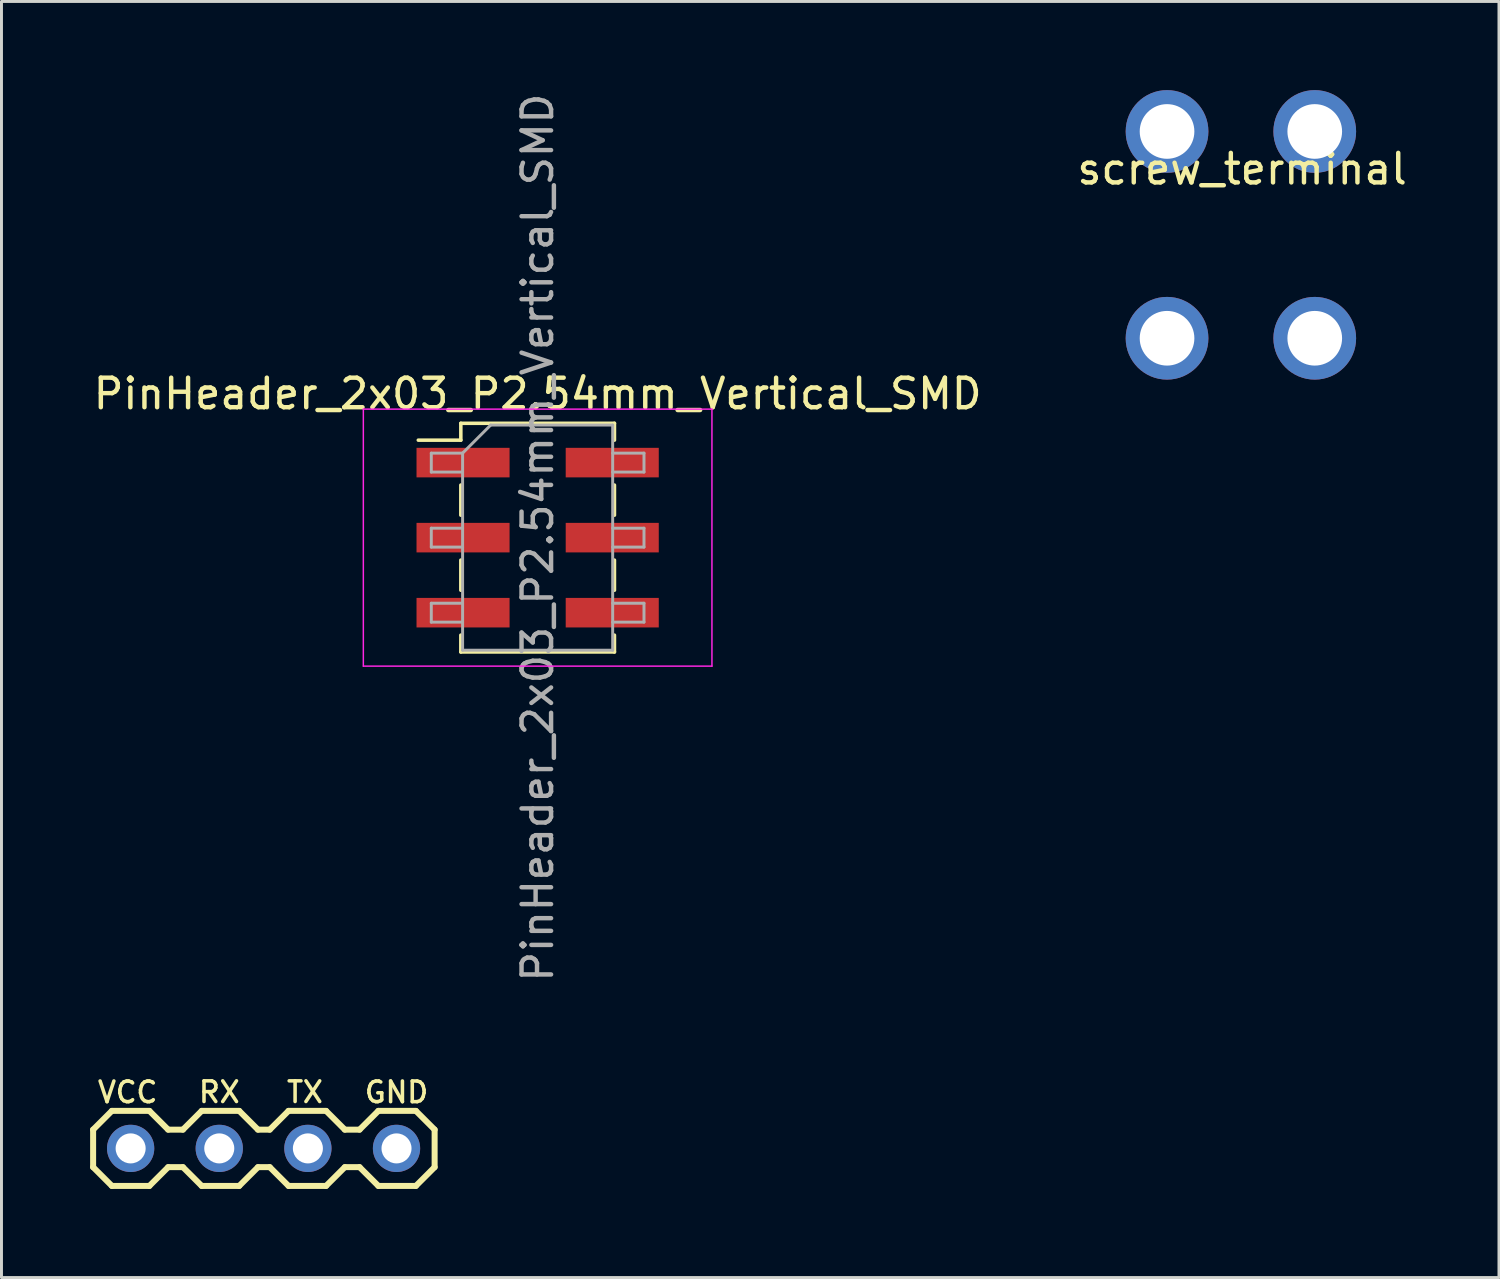
<source format=kicad_pcb>
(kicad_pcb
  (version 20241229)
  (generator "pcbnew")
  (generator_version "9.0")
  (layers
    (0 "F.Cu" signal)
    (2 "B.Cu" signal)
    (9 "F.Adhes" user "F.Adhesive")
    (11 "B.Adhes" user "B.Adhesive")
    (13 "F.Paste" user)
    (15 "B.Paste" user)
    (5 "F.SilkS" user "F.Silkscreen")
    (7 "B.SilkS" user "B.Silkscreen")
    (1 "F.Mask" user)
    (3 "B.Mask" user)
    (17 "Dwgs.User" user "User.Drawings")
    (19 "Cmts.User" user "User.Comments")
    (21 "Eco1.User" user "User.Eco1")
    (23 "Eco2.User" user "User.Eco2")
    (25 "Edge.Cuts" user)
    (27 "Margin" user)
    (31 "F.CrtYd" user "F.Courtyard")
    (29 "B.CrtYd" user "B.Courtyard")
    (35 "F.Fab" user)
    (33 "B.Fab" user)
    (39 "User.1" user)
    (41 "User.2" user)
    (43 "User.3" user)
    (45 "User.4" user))
  (footprint "uart"
    (layer "F.Cu")
    (at 1.372 35.823)
    (property "Reference" "uart" (at 0 0 0) (layer "Eco1.User") (effects (font (size 0.6 0.6) (thickness 0.1))))
    (attr through_hole)
    (fp_line (start -1.27 -0.635) (end -1.27 0.635) (stroke (width 0.203) (type solid)) (layer "F.SilkS"))
    (fp_line (start -1.27 0.635) (end -0.635 1.27) (stroke (width 0.203) (type solid)) (layer "F.SilkS"))
    (fp_line (start -0.635 -1.27) (end -1.27 -0.635) (stroke (width 0.203) (type solid)) (layer "F.SilkS"))
    (fp_line (start -0.635 -1.27) (end 0.635 -1.27) (stroke (width 0.203) (type solid)) (layer "F.SilkS"))
    (fp_line (start 0.635 -1.27) (end 1.27 -0.635) (stroke (width 0.203) (type solid)) (layer "F.SilkS"))
    (fp_line (start 0.635 1.27) (end -0.635 1.27) (stroke (width 0.203) (type solid)) (layer "F.SilkS"))
    (fp_line (start 1.27 -0.635) (end 1.77 -0.635) (stroke (width 0.203) (type solid)) (layer "F.SilkS"))
    (fp_line (start 1.27 0.635) (end 0.635 1.27) (stroke (width 0.203) (type solid)) (layer "F.SilkS"))
    (fp_line (start 1.77 -0.635) (end 2.405 -1.27) (stroke (width 0.203) (type solid)) (layer "F.SilkS"))
    (fp_line (start 1.77 0.635) (end 1.27 0.635) (stroke (width 0.203) (type solid)) (layer "F.SilkS"))
    (fp_line (start 2.405 -1.27) (end 3.675 -1.27) (stroke (width 0.203) (type solid)) (layer "F.SilkS"))
    (fp_line (start 2.405 1.27) (end 1.77 0.635) (stroke (width 0.203) (type solid)) (layer "F.SilkS"))
    (fp_line (start 3.675 -1.27) (end 4.31 -0.635) (stroke (width 0.203) (type solid)) (layer "F.SilkS"))
    (fp_line (start 3.675 1.27) (end 2.405 1.27) (stroke (width 0.203) (type solid)) (layer "F.SilkS"))
    (fp_line (start 4.31 0.635) (end 3.675 1.27) (stroke (width 0.203) (type solid)) (layer "F.SilkS"))
    (fp_line (start 4.71 -0.635) (end 4.31 -0.635) (stroke (width 0.203) (type solid)) (layer "F.SilkS"))
    (fp_line (start 4.71 -0.635) (end 5.345 -1.27) (stroke (width 0.203) (type solid)) (layer "F.SilkS"))
    (fp_line (start 4.71 0.635) (end 4.31 0.635) (stroke (width 0.203) (type solid)) (layer "F.SilkS"))
    (fp_line (start 5.345 -1.27) (end 6.615 -1.27) (stroke (width 0.203) (type solid)) (layer "F.SilkS"))
    (fp_line (start 5.345 1.27) (end 4.71 0.635) (stroke (width 0.203) (type solid)) (layer "F.SilkS"))
    (fp_line (start 6.615 -1.27) (end 7.25 -0.635) (stroke (width 0.203) (type solid)) (layer "F.SilkS"))
    (fp_line (start 6.615 1.27) (end 5.345 1.27) (stroke (width 0.203) (type solid)) (layer "F.SilkS"))
    (fp_line (start 7.25 0.635) (end 6.615 1.27) (stroke (width 0.203) (type solid)) (layer "F.SilkS"))
    (fp_line (start 7.25 0.635) (end 7.75 0.635) (stroke (width 0.203) (type solid)) (layer "F.SilkS"))
    (fp_line (start 7.75 -0.635) (end 7.25 -0.635) (stroke (width 0.203) (type solid)) (layer "F.SilkS"))
    (fp_line (start 7.75 0.635) (end 8.385 1.27) (stroke (width 0.203) (type solid)) (layer "F.SilkS"))
    (fp_line (start 8.385 -1.27) (end 7.75 -0.635) (stroke (width 0.203) (type solid)) (layer "F.SilkS"))
    (fp_line (start 8.385 -1.27) (end 9.655 -1.27) (stroke (width 0.203) (type solid)) (layer "F.SilkS"))
    (fp_line (start 9.655 -1.27) (end 10.29 -0.635) (stroke (width 0.203) (type solid)) (layer "F.SilkS"))
    (fp_line (start 9.655 1.27) (end 8.385 1.27) (stroke (width 0.203) (type solid)) (layer "F.SilkS"))
    (fp_line (start 10.29 -0.635) (end 10.29 0.635) (stroke (width 0.203) (type solid)) (layer "F.SilkS"))
    (fp_line (start 10.29 0.635) (end 9.655 1.27) (stroke (width 0.203) (type solid)) (layer "F.SilkS"))
    (fp_text user "VCC" (at -0.1 -1.9 0) (layer "F.SilkS") (effects (font (size 0.7 0.7) (thickness 0.12))))
    (fp_text user "GND" (at 9 -1.9 0) (layer "F.SilkS") (effects (font (size 0.7 0.7) (thickness 0.12))))
    (fp_text user "TX" (at 5.9 -1.905 0) (layer "F.SilkS") (effects (font (size 0.7 0.7) (thickness 0.12))))
    (fp_text user "RX" (at 3 -1.905 0) (layer "F.SilkS") (effects (font (size 0.7 0.7) (thickness 0.12))))
    (pad "1" thru_hole circle (at 0 0 90) (size 1.6 1.6) (drill 1.016) (layers "*.Cu" "*.Mask"))
    (pad "2" thru_hole circle (at 3 0 90) (size 1.6 1.6) (drill 1.016) (layers "*.Cu" "*.Mask"))
    (pad "3" thru_hole circle (at 6 0 90) (size 1.6 1.6) (drill 1.016) (layers "*.Cu" "*.Mask"))
    (pad "4" thru_hole circle (at 9 0) (size 1.6 1.6) (drill 1.016) (layers "*.Cu" "*.Mask")))
  (footprint "screw_terminal"
    (layer "F.Cu")
    (at 36.454 1.4)
    (property "Reference" "screw_terminal" (at 2.54 1.27 0) (layer "F.SilkS") (effects (font (size 1 1) (thickness 0.15))))
    (attr through_hole)
    (pad "1" thru_hole circle (at 0 0) (size 2.8 2.8) (drill 1.85) (layers "*.Cu" "*.Mask"))
    (pad "1" thru_hole circle (at 0 7) (size 2.8 2.8) (drill 1.85) (layers "*.Cu" "*.Mask"))
    (pad "1" thru_hole circle (at 5 0) (size 2.8 2.8) (drill 1.85) (layers "*.Cu" "*.Mask"))
    (pad "1" thru_hole circle (at 5 7) (size 2.8 2.8) (drill 1.85) (layers "*.Cu" "*.Mask")))
  (footprint "PinHeader_2x03_P2.54mm_Vertical_SMD"
    (layer "F.Cu")
    (at 15.149 15.149)
    (property "Reference" "PinHeader_2x03_P2.54mm_Vertical_SMD" (at 0 -4.87 0) (layer "F.SilkS") (effects (font (size 1 1) (thickness 0.15))))
    (attr smd)
    (fp_line (start -4.04 -3.3) (end -2.6 -3.3) (stroke (width 0.12) (type solid)) (layer "F.SilkS"))
    (fp_line (start -2.6 -3.87) (end -2.6 -3.3) (stroke (width 0.12) (type solid)) (layer "F.SilkS"))
    (fp_line (start -2.6 -3.87) (end 2.6 -3.87) (stroke (width 0.12) (type solid)) (layer "F.SilkS"))
    (fp_line (start -2.6 -1.78) (end -2.6 -0.76) (stroke (width 0.12) (type solid)) (layer "F.SilkS"))
    (fp_line (start -2.6 0.76) (end -2.6 1.78) (stroke (width 0.12) (type solid)) (layer "F.SilkS"))
    (fp_line (start -2.6 3.3) (end -2.6 3.87) (stroke (width 0.12) (type solid)) (layer "F.SilkS"))
    (fp_line (start -2.6 3.87) (end 2.6 3.87) (stroke (width 0.12) (type solid)) (layer "F.SilkS"))
    (fp_line (start 2.6 -3.87) (end 2.6 -3.3) (stroke (width 0.12) (type solid)) (layer "F.SilkS"))
    (fp_line (start 2.6 -1.78) (end 2.6 -0.76) (stroke (width 0.12) (type solid)) (layer "F.SilkS"))
    (fp_line (start 2.6 0.76) (end 2.6 1.78) (stroke (width 0.12) (type solid)) (layer "F.SilkS"))
    (fp_line (start 2.6 3.3) (end 2.6 3.87) (stroke (width 0.12) (type solid)) (layer "F.SilkS"))
    (fp_line (start -5.9 -4.35) (end -5.9 4.35) (stroke (width 0.05) (type solid)) (layer "F.CrtYd"))
    (fp_line (start -5.9 4.35) (end 5.9 4.35) (stroke (width 0.05) (type solid)) (layer "F.CrtYd"))
    (fp_line (start 5.9 -4.35) (end -5.9 -4.35) (stroke (width 0.05) (type solid)) (layer "F.CrtYd"))
    (fp_line (start 5.9 4.35) (end 5.9 -4.35) (stroke (width 0.05) (type solid)) (layer "F.CrtYd"))
    (fp_line (start -3.6 -2.86) (end -3.6 -2.22) (stroke (width 0.1) (type solid)) (layer "F.Fab"))
    (fp_line (start -3.6 -2.22) (end -2.54 -2.22) (stroke (width 0.1) (type solid)) (layer "F.Fab"))
    (fp_line (start -3.6 -0.32) (end -3.6 0.32) (stroke (width 0.1) (type solid)) (layer "F.Fab"))
    (fp_line (start -3.6 0.32) (end -2.54 0.32) (stroke (width 0.1) (type solid)) (layer "F.Fab"))
    (fp_line (start -3.6 2.22) (end -3.6 2.86) (stroke (width 0.1) (type solid)) (layer "F.Fab"))
    (fp_line (start -3.6 2.86) (end -2.54 2.86) (stroke (width 0.1) (type solid)) (layer "F.Fab"))
    (fp_line (start -2.54 -2.86) (end -3.6 -2.86) (stroke (width 0.1) (type solid)) (layer "F.Fab"))
    (fp_line (start -2.54 -2.86) (end -1.59 -3.81) (stroke (width 0.1) (type solid)) (layer "F.Fab"))
    (fp_line (start -2.54 -0.32) (end -3.6 -0.32) (stroke (width 0.1) (type solid)) (layer "F.Fab"))
    (fp_line (start -2.54 2.22) (end -3.6 2.22) (stroke (width 0.1) (type solid)) (layer "F.Fab"))
    (fp_line (start -2.54 3.81) (end -2.54 -2.86) (stroke (width 0.1) (type solid)) (layer "F.Fab"))
    (fp_line (start -1.59 -3.81) (end 2.54 -3.81) (stroke (width 0.1) (type solid)) (layer "F.Fab"))
    (fp_line (start 2.54 -3.81) (end 2.54 3.81) (stroke (width 0.1) (type solid)) (layer "F.Fab"))
    (fp_line (start 2.54 -2.86) (end 3.6 -2.86) (stroke (width 0.1) (type solid)) (layer "F.Fab"))
    (fp_line (start 2.54 -0.32) (end 3.6 -0.32) (stroke (width 0.1) (type solid)) (layer "F.Fab"))
    (fp_line (start 2.54 2.22) (end 3.6 2.22) (stroke (width 0.1) (type solid)) (layer "F.Fab"))
    (fp_line (start 2.54 3.81) (end -2.54 3.81) (stroke (width 0.1) (type solid)) (layer "F.Fab"))
    (fp_line (start 3.6 -2.86) (end 3.6 -2.22) (stroke (width 0.1) (type solid)) (layer "F.Fab"))
    (fp_line (start 3.6 -2.22) (end 2.54 -2.22) (stroke (width 0.1) (type solid)) (layer "F.Fab"))
    (fp_line (start 3.6 -0.32) (end 3.6 0.32) (stroke (width 0.1) (type solid)) (layer "F.Fab"))
    (fp_line (start 3.6 0.32) (end 2.54 0.32) (stroke (width 0.1) (type solid)) (layer "F.Fab"))
    (fp_line (start 3.6 2.22) (end 3.6 2.86) (stroke (width 0.1) (type solid)) (layer "F.Fab"))
    (fp_line (start 3.6 2.86) (end 2.54 2.86) (stroke (width 0.1) (type solid)) (layer "F.Fab"))
    (fp_text user "${REFERENCE}" (at 0 0 90) (layer "F.Fab") (effects (font (size 1 1) (thickness 0.15))))
    (pad "1" smd rect (at -2.525 -2.54) (size 3.15 1) (layers "F.Cu" "F.Mask" "F.Paste"))
    (pad "2" smd rect (at -2.525 0) (size 3.15 1) (layers "F.Cu" "F.Mask" "F.Paste"))
    (pad "3" smd rect (at -2.525 2.54) (size 3.15 1) (layers "F.Cu" "F.Mask" "F.Paste"))
    (pad "4" smd rect (at 2.525 -2.54) (size 3.15 1) (layers "F.Cu" "F.Mask" "F.Paste"))
    (pad "5" smd rect (at 2.525 0) (size 3.15 1) (layers "F.Cu" "F.Mask" "F.Paste"))
    (pad "6" smd rect (at 2.525 2.54) (size 3.15 1) (layers "F.Cu" "F.Mask" "F.Paste")))
  (gr_rect
    (start -3 -3)
    (end 47.69 40.194)
    (stroke (width 0.1) (type default))
    (fill no)
    (layer "Edge.Cuts")))
</source>
